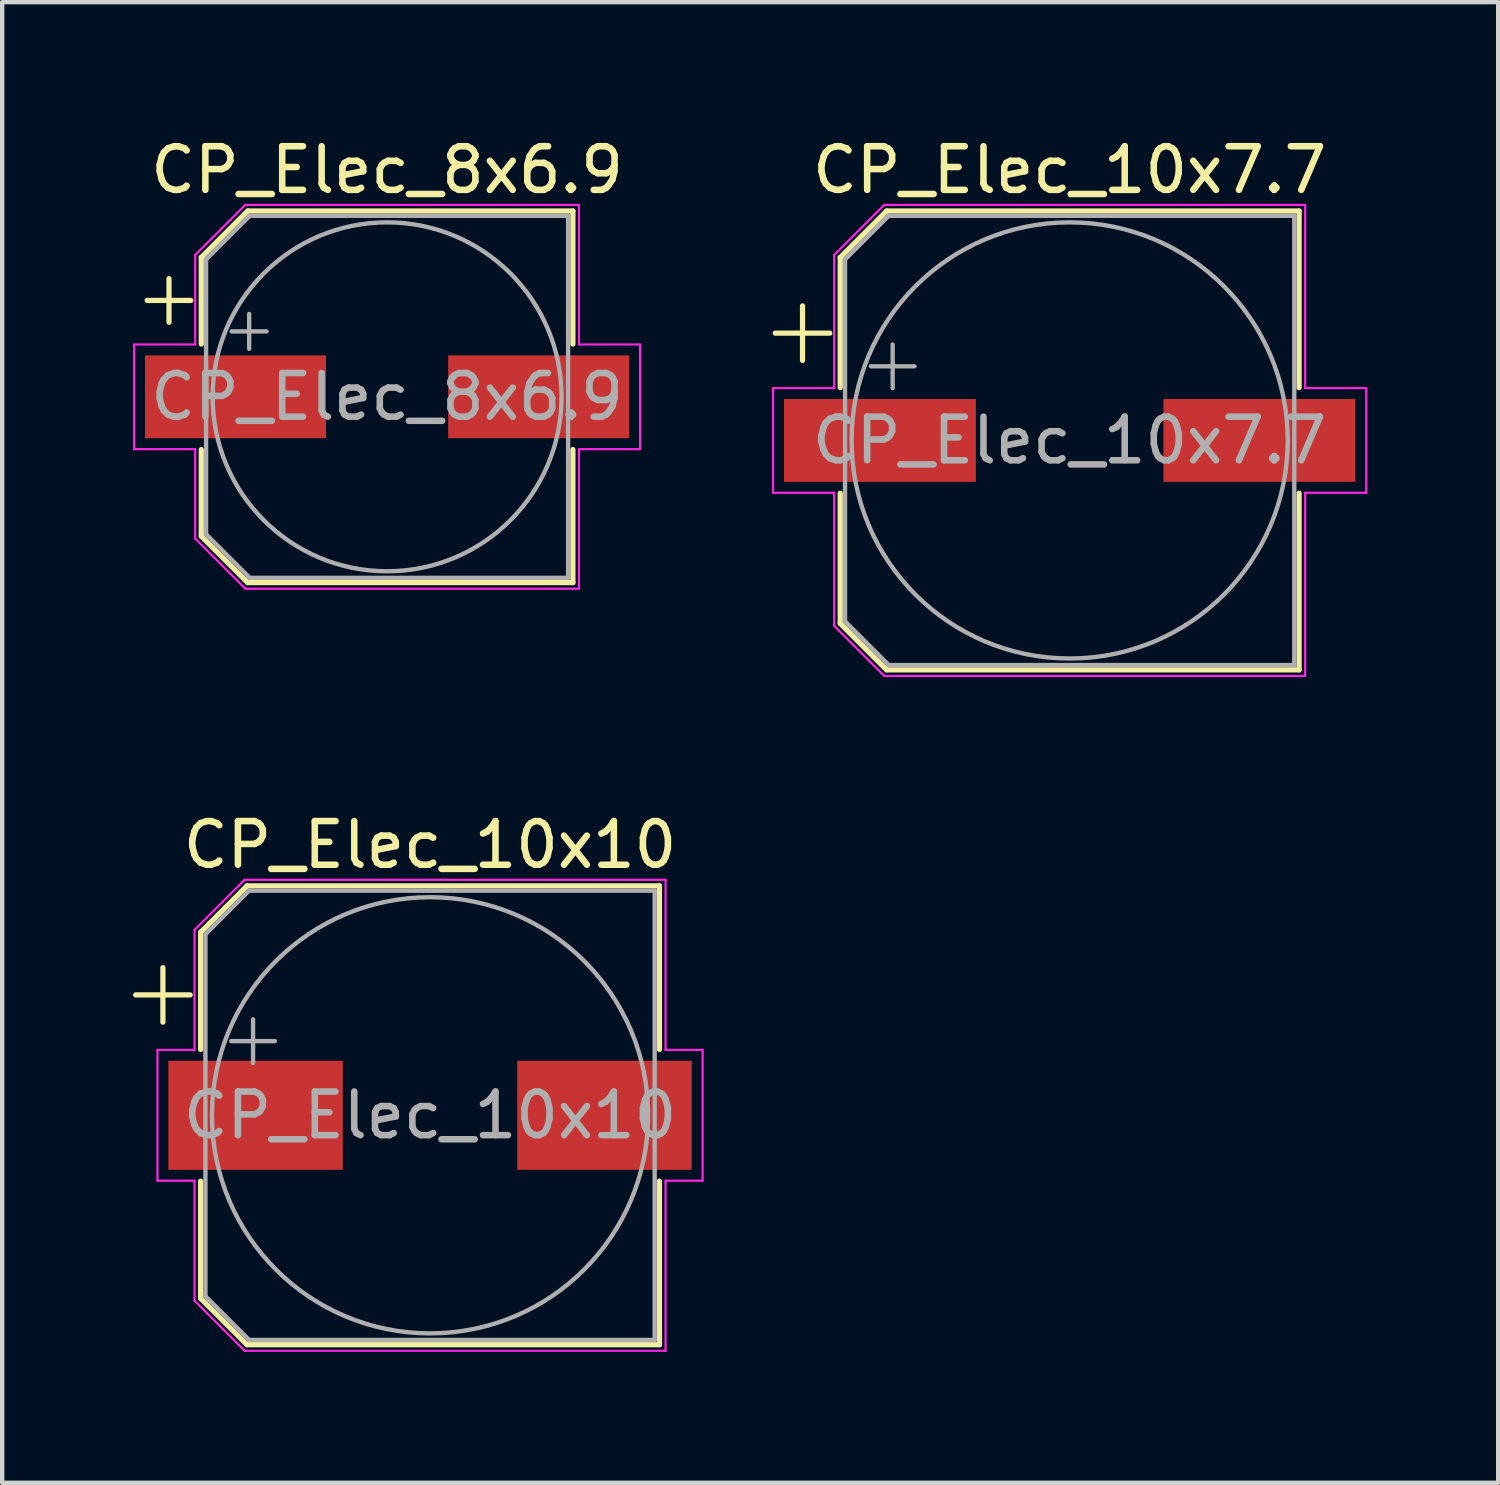
<source format=kicad_pcb>
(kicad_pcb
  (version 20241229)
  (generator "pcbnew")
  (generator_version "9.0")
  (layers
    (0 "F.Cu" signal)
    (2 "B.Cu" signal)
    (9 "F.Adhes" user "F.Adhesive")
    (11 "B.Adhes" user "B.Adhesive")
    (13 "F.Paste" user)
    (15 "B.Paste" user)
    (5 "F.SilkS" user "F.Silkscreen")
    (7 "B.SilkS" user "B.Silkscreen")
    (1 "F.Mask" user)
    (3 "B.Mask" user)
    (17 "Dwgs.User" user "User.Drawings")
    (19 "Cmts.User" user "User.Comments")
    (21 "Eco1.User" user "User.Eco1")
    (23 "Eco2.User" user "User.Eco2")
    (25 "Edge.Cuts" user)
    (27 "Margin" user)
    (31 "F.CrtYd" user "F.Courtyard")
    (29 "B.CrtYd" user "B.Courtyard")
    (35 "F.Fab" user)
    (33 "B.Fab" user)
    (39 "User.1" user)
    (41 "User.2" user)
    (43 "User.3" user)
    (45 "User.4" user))
  (footprint "CP_Elec_10x7.7"
    (layer "F.Cu")
    (at 21.475 7.048)
    (property "Reference" "CP_Elec_10x7.7" (at 0 -6.2 0) (layer "F.SilkS") (effects (font (size 1 1) (thickness 0.15))))
    (attr smd)
    (fp_line (start -6.75 -2.46) (end -5.5 -2.46) (stroke (width 0.12) (type solid)) (layer "F.SilkS"))
    (fp_line (start -6.125 -3.085) (end -6.125 -1.835) (stroke (width 0.12) (type solid)) (layer "F.SilkS"))
    (fp_line (start -5.26 -4.196) (end -5.26 -1.21) (stroke (width 0.12) (type solid)) (layer "F.SilkS"))
    (fp_line (start -5.26 -4.196) (end -4.196 -5.26) (stroke (width 0.12) (type solid)) (layer "F.SilkS"))
    (fp_line (start -5.26 4.196) (end -5.26 1.21) (stroke (width 0.12) (type solid)) (layer "F.SilkS"))
    (fp_line (start -5.26 4.196) (end -4.196 5.26) (stroke (width 0.12) (type solid)) (layer "F.SilkS"))
    (fp_line (start -4.196 -5.26) (end 5.26 -5.26) (stroke (width 0.12) (type solid)) (layer "F.SilkS"))
    (fp_line (start -4.196 5.26) (end 5.26 5.26) (stroke (width 0.12) (type solid)) (layer "F.SilkS"))
    (fp_line (start 5.26 -5.26) (end 5.26 -1.21) (stroke (width 0.12) (type solid)) (layer "F.SilkS"))
    (fp_line (start 5.26 5.26) (end 5.26 1.21) (stroke (width 0.12) (type solid)) (layer "F.SilkS"))
    (fp_line (start -6.8 -1.2) (end -6.8 1.2) (stroke (width 0.05) (type solid)) (layer "F.CrtYd"))
    (fp_line (start -6.8 1.2) (end -5.4 1.2) (stroke (width 0.05) (type solid)) (layer "F.CrtYd"))
    (fp_line (start -5.4 -4.25) (end -5.4 -1.2) (stroke (width 0.05) (type solid)) (layer "F.CrtYd"))
    (fp_line (start -5.4 -4.25) (end -4.25 -5.4) (stroke (width 0.05) (type solid)) (layer "F.CrtYd"))
    (fp_line (start -5.4 -1.2) (end -6.8 -1.2) (stroke (width 0.05) (type solid)) (layer "F.CrtYd"))
    (fp_line (start -5.4 1.2) (end -5.4 4.25) (stroke (width 0.05) (type solid)) (layer "F.CrtYd"))
    (fp_line (start -5.4 4.25) (end -4.25 5.4) (stroke (width 0.05) (type solid)) (layer "F.CrtYd"))
    (fp_line (start -4.25 -5.4) (end 5.4 -5.4) (stroke (width 0.05) (type solid)) (layer "F.CrtYd"))
    (fp_line (start -4.25 5.4) (end 5.4 5.4) (stroke (width 0.05) (type solid)) (layer "F.CrtYd"))
    (fp_line (start 5.4 -5.4) (end 5.4 -1.2) (stroke (width 0.05) (type solid)) (layer "F.CrtYd"))
    (fp_line (start 5.4 -1.2) (end 6.8 -1.2) (stroke (width 0.05) (type solid)) (layer "F.CrtYd"))
    (fp_line (start 5.4 1.2) (end 5.4 5.4) (stroke (width 0.05) (type solid)) (layer "F.CrtYd"))
    (fp_line (start 6.8 -1.2) (end 6.8 1.2) (stroke (width 0.05) (type solid)) (layer "F.CrtYd"))
    (fp_line (start 6.8 1.2) (end 5.4 1.2) (stroke (width 0.05) (type solid)) (layer "F.CrtYd"))
    (fp_line (start -5.15 -4.15) (end -5.15 4.15) (stroke (width 0.1) (type solid)) (layer "F.Fab"))
    (fp_line (start -5.15 -4.15) (end -4.15 -5.15) (stroke (width 0.1) (type solid)) (layer "F.Fab"))
    (fp_line (start -5.15 4.15) (end -4.15 5.15) (stroke (width 0.1) (type solid)) (layer "F.Fab"))
    (fp_line (start -4.558 -1.7) (end -3.558 -1.7) (stroke (width 0.1) (type solid)) (layer "F.Fab"))
    (fp_line (start -4.15 -5.15) (end 5.15 -5.15) (stroke (width 0.1) (type solid)) (layer "F.Fab"))
    (fp_line (start -4.15 5.15) (end 5.15 5.15) (stroke (width 0.1) (type solid)) (layer "F.Fab"))
    (fp_line (start -4.058 -2.2) (end -4.058 -1.2) (stroke (width 0.1) (type solid)) (layer "F.Fab"))
    (fp_line (start 5.15 -5.15) (end 5.15 5.15) (stroke (width 0.1) (type solid)) (layer "F.Fab"))
    (fp_circle (center 0 0) (end 5 0) (stroke (width 0.1) (type solid)) (fill no) (layer "F.Fab"))
    (fp_text user "${REFERENCE}" (at 0 0 0) (layer "F.Fab") (effects (font (size 1 1) (thickness 0.15))))
    (pad "1" smd rect (at -4.35 0) (size 4.4 1.9) (layers "F.Cu" "F.Mask" "F.Paste"))
    (pad "2" smd rect (at 4.35 0) (size 4.4 1.9) (layers "F.Cu" "F.Mask" "F.Paste")))
  (footprint "CP_Elec_8x6.9"
    (layer "F.Cu")
    (at 5.825 6.048)
    (property "Reference" "CP_Elec_8x6.9" (at 0 -5.2 0) (layer "F.SilkS") (effects (font (size 1 1) (thickness 0.15))))
    (attr smd)
    (fp_line (start -5.5 -2.21) (end -4.5 -2.21) (stroke (width 0.12) (type solid)) (layer "F.SilkS"))
    (fp_line (start -5 -2.71) (end -5 -1.71) (stroke (width 0.12) (type solid)) (layer "F.SilkS"))
    (fp_line (start -4.26 -3.196) (end -4.26 -1.21) (stroke (width 0.12) (type solid)) (layer "F.SilkS"))
    (fp_line (start -4.26 -3.196) (end -3.196 -4.26) (stroke (width 0.12) (type solid)) (layer "F.SilkS"))
    (fp_line (start -4.26 3.196) (end -4.26 1.21) (stroke (width 0.12) (type solid)) (layer "F.SilkS"))
    (fp_line (start -4.26 3.196) (end -3.196 4.26) (stroke (width 0.12) (type solid)) (layer "F.SilkS"))
    (fp_line (start -3.196 -4.26) (end 4.26 -4.26) (stroke (width 0.12) (type solid)) (layer "F.SilkS"))
    (fp_line (start -3.196 4.26) (end 4.26 4.26) (stroke (width 0.12) (type solid)) (layer "F.SilkS"))
    (fp_line (start 4.26 -4.26) (end 4.26 -1.21) (stroke (width 0.12) (type solid)) (layer "F.SilkS"))
    (fp_line (start 4.26 4.26) (end 4.26 1.21) (stroke (width 0.12) (type solid)) (layer "F.SilkS"))
    (fp_line (start -5.8 -1.2) (end -5.8 1.2) (stroke (width 0.05) (type solid)) (layer "F.CrtYd"))
    (fp_line (start -5.8 1.2) (end -4.4 1.2) (stroke (width 0.05) (type solid)) (layer "F.CrtYd"))
    (fp_line (start -4.4 -3.25) (end -4.4 -1.2) (stroke (width 0.05) (type solid)) (layer "F.CrtYd"))
    (fp_line (start -4.4 -3.25) (end -3.25 -4.4) (stroke (width 0.05) (type solid)) (layer "F.CrtYd"))
    (fp_line (start -4.4 -1.2) (end -5.8 -1.2) (stroke (width 0.05) (type solid)) (layer "F.CrtYd"))
    (fp_line (start -4.4 1.2) (end -4.4 3.25) (stroke (width 0.05) (type solid)) (layer "F.CrtYd"))
    (fp_line (start -4.4 3.25) (end -3.25 4.4) (stroke (width 0.05) (type solid)) (layer "F.CrtYd"))
    (fp_line (start -3.25 -4.4) (end 4.4 -4.4) (stroke (width 0.05) (type solid)) (layer "F.CrtYd"))
    (fp_line (start -3.25 4.4) (end 4.4 4.4) (stroke (width 0.05) (type solid)) (layer "F.CrtYd"))
    (fp_line (start 4.4 -4.4) (end 4.4 -1.2) (stroke (width 0.05) (type solid)) (layer "F.CrtYd"))
    (fp_line (start 4.4 -1.2) (end 5.8 -1.2) (stroke (width 0.05) (type solid)) (layer "F.CrtYd"))
    (fp_line (start 4.4 1.2) (end 4.4 4.4) (stroke (width 0.05) (type solid)) (layer "F.CrtYd"))
    (fp_line (start 5.8 -1.2) (end 5.8 1.2) (stroke (width 0.05) (type solid)) (layer "F.CrtYd"))
    (fp_line (start 5.8 1.2) (end 4.4 1.2) (stroke (width 0.05) (type solid)) (layer "F.CrtYd"))
    (fp_line (start -4.15 -3.15) (end -4.15 3.15) (stroke (width 0.1) (type solid)) (layer "F.Fab"))
    (fp_line (start -4.15 -3.15) (end -3.15 -4.15) (stroke (width 0.1) (type solid)) (layer "F.Fab"))
    (fp_line (start -4.15 3.15) (end -3.15 4.15) (stroke (width 0.1) (type solid)) (layer "F.Fab"))
    (fp_line (start -3.562 -1.5) (end -2.762 -1.5) (stroke (width 0.1) (type solid)) (layer "F.Fab"))
    (fp_line (start -3.162 -1.9) (end -3.162 -1.1) (stroke (width 0.1) (type solid)) (layer "F.Fab"))
    (fp_line (start -3.15 -4.15) (end 4.15 -4.15) (stroke (width 0.1) (type solid)) (layer "F.Fab"))
    (fp_line (start -3.15 4.15) (end 4.15 4.15) (stroke (width 0.1) (type solid)) (layer "F.Fab"))
    (fp_line (start 4.15 -4.15) (end 4.15 4.15) (stroke (width 0.1) (type solid)) (layer "F.Fab"))
    (fp_circle (center 0 0) (end 4 0) (stroke (width 0.1) (type solid)) (fill no) (layer "F.Fab"))
    (fp_text user "${REFERENCE}" (at 0 0 0) (layer "F.Fab") (effects (font (size 1 1) (thickness 0.15))))
    (pad "1" smd rect (at -3.475 0) (size 4.15 1.9) (layers "F.Cu" "F.Mask" "F.Paste"))
    (pad "2" smd rect (at 3.475 0) (size 4.15 1.9) (layers "F.Cu" "F.Mask" "F.Paste")))
  (footprint "CP_Elec_10x10"
    (layer "F.Cu")
    (at 6.81 22.521)
    (property "Reference" "CP_Elec_10x10" (at 0 -6.2 0) (layer "F.SilkS") (effects (font (size 1 1) (thickness 0.15))))
    (attr smd)
    (fp_line (start -6.75 -2.76) (end -5.5 -2.76) (stroke (width 0.12) (type solid)) (layer "F.SilkS"))
    (fp_line (start -6.125 -3.385) (end -6.125 -2.135) (stroke (width 0.12) (type solid)) (layer "F.SilkS"))
    (fp_line (start -5.26 -4.196) (end -5.26 -1.51) (stroke (width 0.12) (type solid)) (layer "F.SilkS"))
    (fp_line (start -5.26 -4.196) (end -4.196 -5.26) (stroke (width 0.12) (type solid)) (layer "F.SilkS"))
    (fp_line (start -5.26 4.196) (end -5.26 1.51) (stroke (width 0.12) (type solid)) (layer "F.SilkS"))
    (fp_line (start -5.26 4.196) (end -4.196 5.26) (stroke (width 0.12) (type solid)) (layer "F.SilkS"))
    (fp_line (start -4.196 -5.26) (end 5.26 -5.26) (stroke (width 0.12) (type solid)) (layer "F.SilkS"))
    (fp_line (start -4.196 5.26) (end 5.26 5.26) (stroke (width 0.12) (type solid)) (layer "F.SilkS"))
    (fp_line (start 5.26 -5.26) (end 5.26 -1.51) (stroke (width 0.12) (type solid)) (layer "F.SilkS"))
    (fp_line (start 5.26 5.26) (end 5.26 1.51) (stroke (width 0.12) (type solid)) (layer "F.SilkS"))
    (fp_line (start -6.25 -1.5) (end -6.25 1.5) (stroke (width 0.05) (type solid)) (layer "F.CrtYd"))
    (fp_line (start -6.25 1.5) (end -5.4 1.5) (stroke (width 0.05) (type solid)) (layer "F.CrtYd"))
    (fp_line (start -5.4 -4.25) (end -5.4 -1.5) (stroke (width 0.05) (type solid)) (layer "F.CrtYd"))
    (fp_line (start -5.4 -4.25) (end -4.25 -5.4) (stroke (width 0.05) (type solid)) (layer "F.CrtYd"))
    (fp_line (start -5.4 -1.5) (end -6.25 -1.5) (stroke (width 0.05) (type solid)) (layer "F.CrtYd"))
    (fp_line (start -5.4 1.5) (end -5.4 4.25) (stroke (width 0.05) (type solid)) (layer "F.CrtYd"))
    (fp_line (start -5.4 4.25) (end -4.25 5.4) (stroke (width 0.05) (type solid)) (layer "F.CrtYd"))
    (fp_line (start -4.25 -5.4) (end 5.4 -5.4) (stroke (width 0.05) (type solid)) (layer "F.CrtYd"))
    (fp_line (start -4.25 5.4) (end 5.4 5.4) (stroke (width 0.05) (type solid)) (layer "F.CrtYd"))
    (fp_line (start 5.4 -5.4) (end 5.4 -1.5) (stroke (width 0.05) (type solid)) (layer "F.CrtYd"))
    (fp_line (start 5.4 -1.5) (end 6.25 -1.5) (stroke (width 0.05) (type solid)) (layer "F.CrtYd"))
    (fp_line (start 5.4 1.5) (end 5.4 5.4) (stroke (width 0.05) (type solid)) (layer "F.CrtYd"))
    (fp_line (start 6.25 -1.5) (end 6.25 1.5) (stroke (width 0.05) (type solid)) (layer "F.CrtYd"))
    (fp_line (start 6.25 1.5) (end 5.4 1.5) (stroke (width 0.05) (type solid)) (layer "F.CrtYd"))
    (fp_line (start -5.15 -4.15) (end -5.15 4.15) (stroke (width 0.1) (type solid)) (layer "F.Fab"))
    (fp_line (start -5.15 -4.15) (end -4.15 -5.15) (stroke (width 0.1) (type solid)) (layer "F.Fab"))
    (fp_line (start -5.15 4.15) (end -4.15 5.15) (stroke (width 0.1) (type solid)) (layer "F.Fab"))
    (fp_line (start -4.558 -1.7) (end -3.558 -1.7) (stroke (width 0.1) (type solid)) (layer "F.Fab"))
    (fp_line (start -4.15 -5.15) (end 5.15 -5.15) (stroke (width 0.1) (type solid)) (layer "F.Fab"))
    (fp_line (start -4.15 5.15) (end 5.15 5.15) (stroke (width 0.1) (type solid)) (layer "F.Fab"))
    (fp_line (start -4.058 -2.2) (end -4.058 -1.2) (stroke (width 0.1) (type solid)) (layer "F.Fab"))
    (fp_line (start 5.15 -5.15) (end 5.15 5.15) (stroke (width 0.1) (type solid)) (layer "F.Fab"))
    (fp_circle (center 0 0) (end 5 0) (stroke (width 0.1) (type solid)) (fill no) (layer "F.Fab"))
    (fp_text user "${REFERENCE}" (at 0 0 0) (layer "F.Fab") (effects (font (size 1 1) (thickness 0.15))))
    (pad "1" smd rect (at -4 0) (size 4 2.5) (layers "F.Cu" "F.Mask" "F.Paste"))
    (pad "2" smd rect (at 4 0) (size 4 2.5) (layers "F.Cu" "F.Mask" "F.Paste")))
  (gr_rect
    (start -3 -3)
    (end 31.3 30.947)
    (stroke (width 0.1) (type default))
    (fill no)
    (layer "Edge.Cuts")))
</source>
